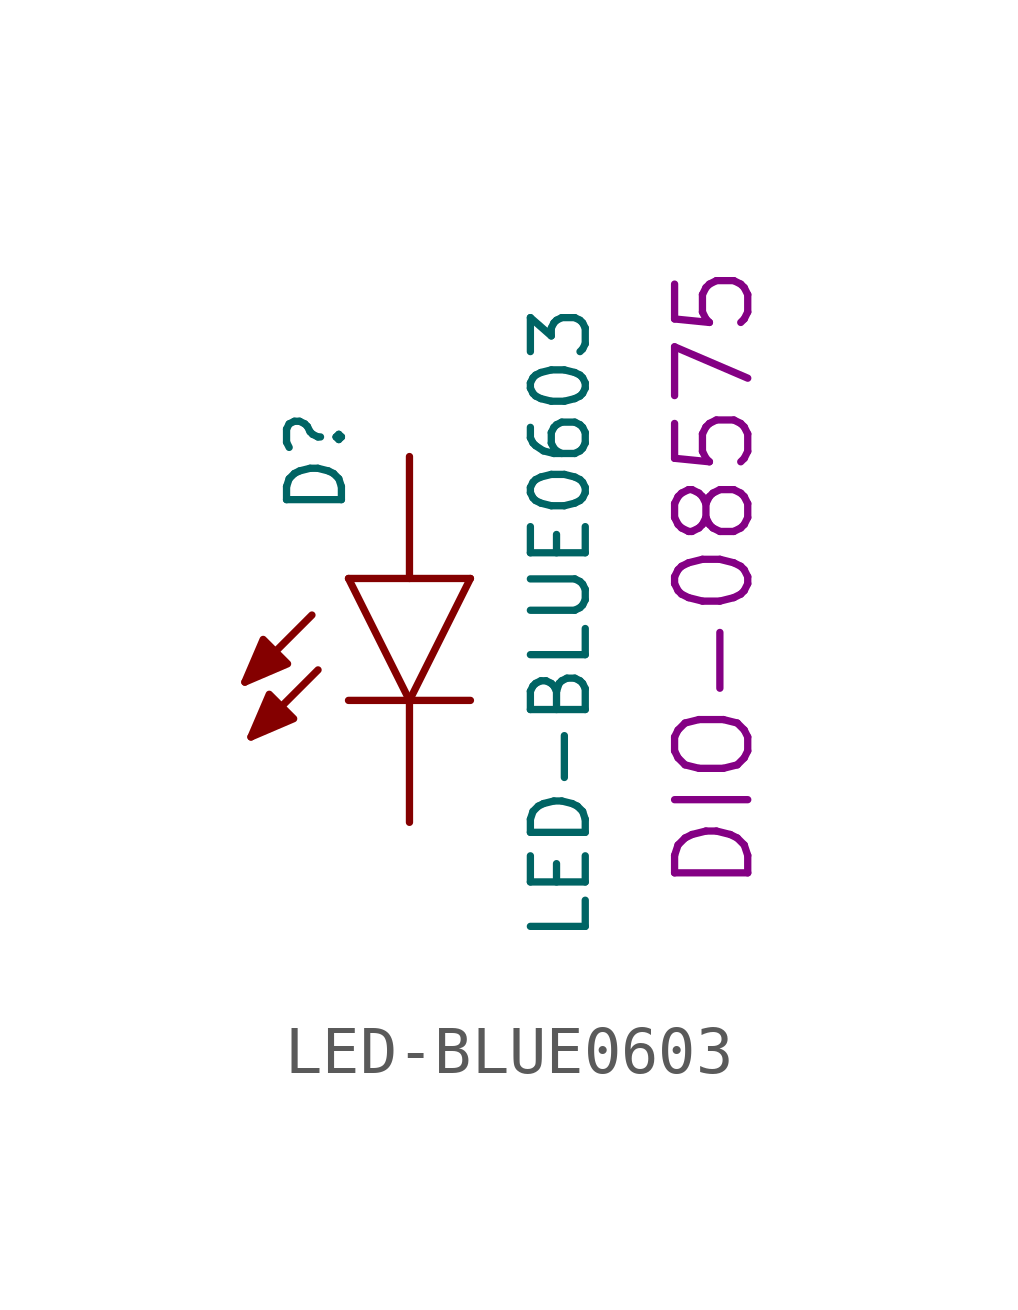
<source format=kicad_sym>
(kicad_symbol_lib
  (version 20211014)
  (generator kicad_symbol_editor)
  (symbol "LED-BLUE0603"
    (pin_numbers hide)
    (pin_names
      (offset 1.016) hide)
    (property "Reference" "D"
      (at -1.27 1.27 90)
      (effects (font (size 1.143 1.143)) (justify left bottom)))
    (property "Value" "LED-BLUE0603"
      (at 3.81 -7.62 90)
      (effects (font (size 1.143 1.143)) (justify left bottom)))
    (property "Field4" "DIO-08575"
      (at 6.35 0 90)
      (effects (font (size 1.524 1.524))))
    (property "ki_locked" ""
      (at 0 0 0)
      (effects (font (size 1.27 1.27))))
    (symbol "LED-BLUE0603_1_0"
      (polyline (pts (xy -2.032 -0.762) (xy -3.429 -2.159)) (stroke (width 0) (type default) (color 0 0 0 0)) (fill (type none)))
      (polyline (pts (xy -1.905 -1.905) (xy -3.302 -3.302)) (stroke (width 0) (type default) (color 0 0 0 0)) (fill (type none)))
      (polyline (pts (xy 0 -2.54) (xy -1.27 -2.54)) (stroke (width 0) (type default) (color 0 0 0 0)) (fill (type none)))
      (polyline (pts (xy 0 -2.54) (xy -1.27 0)) (stroke (width 0) (type default) (color 0 0 0 0)) (fill (type none)))
      (polyline (pts (xy 1.27 -2.54) (xy 0 -2.54)) (stroke (width 0) (type default) (color 0 0 0 0)) (fill (type none)))
      (polyline (pts (xy 1.27 0) (xy -1.27 0)) (stroke (width 0) (type default) (color 0 0 0 0)) (fill (type none)))
      (polyline (pts (xy 1.27 0) (xy 0 -2.54)) (stroke (width 0) (type default) (color 0 0 0 0)) (fill (type none))))
    (symbol "LED-BLUE0603_1_1"
      (polyline (pts (xy -3.429 -2.159) (xy -3.048 -1.27) (xy -3.048 -1.27) (xy -2.54 -1.778) (xy -2.54 -1.778) (xy -3.429 -2.159)) (stroke (width 0) (type default) (color 0 0 0 0)) (fill (type outline)))
      (polyline (pts (xy -3.302 -3.302) (xy -2.921 -2.413) (xy -2.921 -2.413) (xy -2.413 -2.921) (xy -2.413 -2.921) (xy -3.302 -3.302)) (stroke (width 0) (type default) (color 0 0 0 0)) (fill (type outline)))
      (pin passive line (at 0 2.54 270) (length 2.54) (name "A" (effects (font (size 1.016 1.016)))) (number "A" (effects (font (size 1.016 1.016)))))
      (pin passive line (at 0 -5.08 90) (length 2.54) (name "C" (effects (font (size 1.016 1.016)))) (number "C" (effects (font (size 1.016 1.016))))))))
</source>
